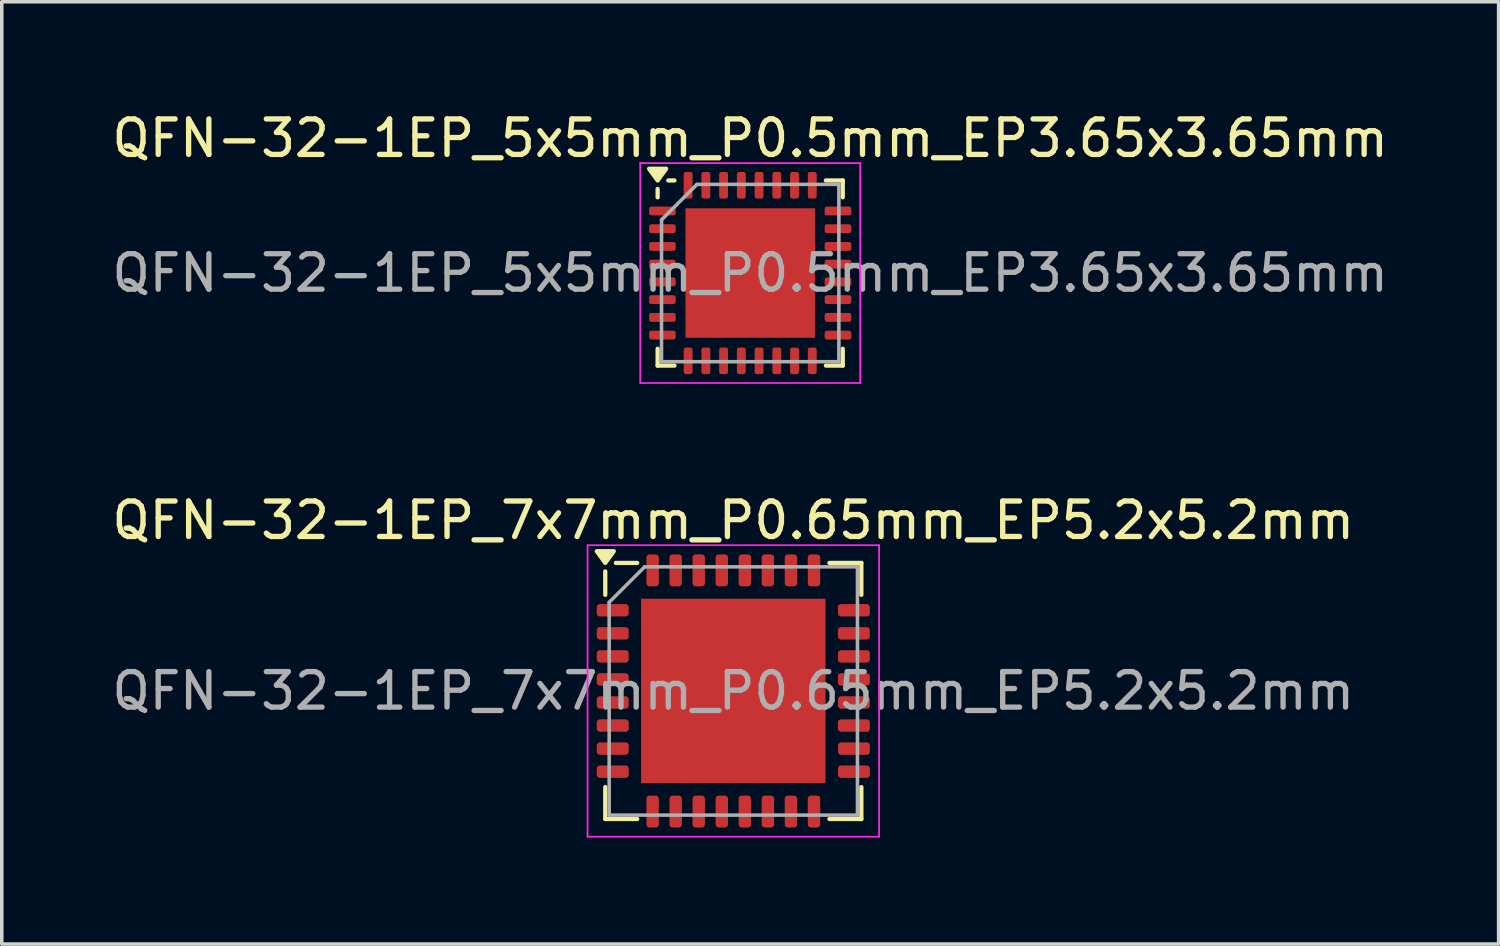
<source format=kicad_pcb>
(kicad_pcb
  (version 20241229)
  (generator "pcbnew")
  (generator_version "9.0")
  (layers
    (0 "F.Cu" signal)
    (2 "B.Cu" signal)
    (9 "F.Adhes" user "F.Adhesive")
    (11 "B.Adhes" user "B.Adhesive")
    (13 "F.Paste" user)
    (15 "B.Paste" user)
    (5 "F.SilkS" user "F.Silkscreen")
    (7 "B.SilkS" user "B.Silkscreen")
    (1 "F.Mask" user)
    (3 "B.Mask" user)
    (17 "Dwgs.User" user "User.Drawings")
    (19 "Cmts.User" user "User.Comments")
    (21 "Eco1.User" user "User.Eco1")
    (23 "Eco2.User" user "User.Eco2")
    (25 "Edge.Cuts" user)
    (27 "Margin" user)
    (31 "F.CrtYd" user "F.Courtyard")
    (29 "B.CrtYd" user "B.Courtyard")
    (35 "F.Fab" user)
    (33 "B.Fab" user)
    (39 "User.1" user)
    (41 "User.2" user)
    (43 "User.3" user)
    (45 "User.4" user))
  (footprint "QFN-32-1EP_7x7mm_P0.65mm_EP5.2x5.2mm"
    (layer "F.Cu")
    (at 17.625 16.431)
    (property "Reference" "QFN-32-1EP_7x7mm_P0.65mm_EP5.2x5.2mm" (at 0 -4.81 0) (layer "F.SilkS") (effects (font (size 1 1) (thickness 0.15))))
    (attr smd)
    (fp_line (start -3.61 -2.71) (end -3.61 -3.37) (stroke (width 0.12) (type solid)) (layer "F.SilkS"))
    (fp_line (start -3.61 3.61) (end -3.61 2.71) (stroke (width 0.12) (type solid)) (layer "F.SilkS"))
    (fp_line (start -2.71 -3.61) (end -3.31 -3.61) (stroke (width 0.12) (type solid)) (layer "F.SilkS"))
    (fp_line (start -2.71 3.61) (end -3.61 3.61) (stroke (width 0.12) (type solid)) (layer "F.SilkS"))
    (fp_line (start 2.71 -3.61) (end 3.61 -3.61) (stroke (width 0.12) (type solid)) (layer "F.SilkS"))
    (fp_line (start 2.71 3.61) (end 3.61 3.61) (stroke (width 0.12) (type solid)) (layer "F.SilkS"))
    (fp_line (start 3.61 -3.61) (end 3.61 -2.71) (stroke (width 0.12) (type solid)) (layer "F.SilkS"))
    (fp_line (start 3.61 3.61) (end 3.61 2.71) (stroke (width 0.12) (type solid)) (layer "F.SilkS"))
    (fp_poly (pts (xy -3.61 -3.61) (xy -3.85 -3.94) (xy -3.37 -3.94) (xy -3.61 -3.61)) (stroke (width 0.12) (type solid)) (fill yes) (layer "F.SilkS"))
    (fp_line (start -4.11 -4.11) (end -4.11 4.11) (stroke (width 0.05) (type solid)) (layer "F.CrtYd"))
    (fp_line (start -4.11 4.11) (end 4.11 4.11) (stroke (width 0.05) (type solid)) (layer "F.CrtYd"))
    (fp_line (start 4.11 -4.11) (end -4.11 -4.11) (stroke (width 0.05) (type solid)) (layer "F.CrtYd"))
    (fp_line (start 4.11 4.11) (end 4.11 -4.11) (stroke (width 0.05) (type solid)) (layer "F.CrtYd"))
    (fp_line (start -3.5 -2.5) (end -2.5 -3.5) (stroke (width 0.1) (type solid)) (layer "F.Fab"))
    (fp_line (start -3.5 3.5) (end -3.5 -2.5) (stroke (width 0.1) (type solid)) (layer "F.Fab"))
    (fp_line (start -2.5 -3.5) (end 3.5 -3.5) (stroke (width 0.1) (type solid)) (layer "F.Fab"))
    (fp_line (start 3.5 -3.5) (end 3.5 3.5) (stroke (width 0.1) (type solid)) (layer "F.Fab"))
    (fp_line (start 3.5 3.5) (end -3.5 3.5) (stroke (width 0.1) (type solid)) (layer "F.Fab"))
    (fp_text user "${REFERENCE}" (at 0 0 0) (layer "F.Fab") (effects (font (size 1 1) (thickness 0.15))))
    (pad "" smd roundrect (at -1.3 -1.3) (size 2.1 2.1) (layers "F.Paste") (roundrect_rratio 0.119))
    (pad "" smd roundrect (at -1.3 1.3) (size 2.1 2.1) (layers "F.Paste") (roundrect_rratio 0.119))
    (pad "" smd roundrect (at 1.3 -1.3) (size 2.1 2.1) (layers "F.Paste") (roundrect_rratio 0.119))
    (pad "" smd roundrect (at 1.3 1.3) (size 2.1 2.1) (layers "F.Paste") (roundrect_rratio 0.119))
    (pad "1" smd roundrect (at -3.4 -2.275) (size 0.9 0.35) (layers "F.Cu" "F.Mask" "F.Paste") (roundrect_rratio 0.25))
    (pad "2" smd roundrect (at -3.4 -1.625) (size 0.9 0.35) (layers "F.Cu" "F.Mask" "F.Paste") (roundrect_rratio 0.25))
    (pad "3" smd roundrect (at -3.4 -0.975) (size 0.9 0.35) (layers "F.Cu" "F.Mask" "F.Paste") (roundrect_rratio 0.25))
    (pad "4" smd roundrect (at -3.4 -0.325) (size 0.9 0.35) (layers "F.Cu" "F.Mask" "F.Paste") (roundrect_rratio 0.25))
    (pad "5" smd roundrect (at -3.4 0.325) (size 0.9 0.35) (layers "F.Cu" "F.Mask" "F.Paste") (roundrect_rratio 0.25))
    (pad "6" smd roundrect (at -3.4 0.975) (size 0.9 0.35) (layers "F.Cu" "F.Mask" "F.Paste") (roundrect_rratio 0.25))
    (pad "7" smd roundrect (at -3.4 1.625) (size 0.9 0.35) (layers "F.Cu" "F.Mask" "F.Paste") (roundrect_rratio 0.25))
    (pad "8" smd roundrect (at -3.4 2.275) (size 0.9 0.35) (layers "F.Cu" "F.Mask" "F.Paste") (roundrect_rratio 0.25))
    (pad "9" smd roundrect (at -2.275 3.4) (size 0.35 0.9) (layers "F.Cu" "F.Mask" "F.Paste") (roundrect_rratio 0.25))
    (pad "10" smd roundrect (at -1.625 3.4) (size 0.35 0.9) (layers "F.Cu" "F.Mask" "F.Paste") (roundrect_rratio 0.25))
    (pad "11" smd roundrect (at -0.975 3.4) (size 0.35 0.9) (layers "F.Cu" "F.Mask" "F.Paste") (roundrect_rratio 0.25))
    (pad "12" smd roundrect (at -0.325 3.4) (size 0.35 0.9) (layers "F.Cu" "F.Mask" "F.Paste") (roundrect_rratio 0.25))
    (pad "13" smd roundrect (at 0.325 3.4) (size 0.35 0.9) (layers "F.Cu" "F.Mask" "F.Paste") (roundrect_rratio 0.25))
    (pad "14" smd roundrect (at 0.975 3.4) (size 0.35 0.9) (layers "F.Cu" "F.Mask" "F.Paste") (roundrect_rratio 0.25))
    (pad "15" smd roundrect (at 1.625 3.4) (size 0.35 0.9) (layers "F.Cu" "F.Mask" "F.Paste") (roundrect_rratio 0.25))
    (pad "16" smd roundrect (at 2.275 3.4) (size 0.35 0.9) (layers "F.Cu" "F.Mask" "F.Paste") (roundrect_rratio 0.25))
    (pad "17" smd roundrect (at 3.4 2.275) (size 0.9 0.35) (layers "F.Cu" "F.Mask" "F.Paste") (roundrect_rratio 0.25))
    (pad "18" smd roundrect (at 3.4 1.625) (size 0.9 0.35) (layers "F.Cu" "F.Mask" "F.Paste") (roundrect_rratio 0.25))
    (pad "19" smd roundrect (at 3.4 0.975) (size 0.9 0.35) (layers "F.Cu" "F.Mask" "F.Paste") (roundrect_rratio 0.25))
    (pad "20" smd roundrect (at 3.4 0.325) (size 0.9 0.35) (layers "F.Cu" "F.Mask" "F.Paste") (roundrect_rratio 0.25))
    (pad "21" smd roundrect (at 3.4 -0.325) (size 0.9 0.35) (layers "F.Cu" "F.Mask" "F.Paste") (roundrect_rratio 0.25))
    (pad "22" smd roundrect (at 3.4 -0.975) (size 0.9 0.35) (layers "F.Cu" "F.Mask" "F.Paste") (roundrect_rratio 0.25))
    (pad "23" smd roundrect (at 3.4 -1.625) (size 0.9 0.35) (layers "F.Cu" "F.Mask" "F.Paste") (roundrect_rratio 0.25))
    (pad "24" smd roundrect (at 3.4 -2.275) (size 0.9 0.35) (layers "F.Cu" "F.Mask" "F.Paste") (roundrect_rratio 0.25))
    (pad "25" smd roundrect (at 2.275 -3.4) (size 0.35 0.9) (layers "F.Cu" "F.Mask" "F.Paste") (roundrect_rratio 0.25))
    (pad "26" smd roundrect (at 1.625 -3.4) (size 0.35 0.9) (layers "F.Cu" "F.Mask" "F.Paste") (roundrect_rratio 0.25))
    (pad "27" smd roundrect (at 0.975 -3.4) (size 0.35 0.9) (layers "F.Cu" "F.Mask" "F.Paste") (roundrect_rratio 0.25))
    (pad "28" smd roundrect (at 0.325 -3.4) (size 0.35 0.9) (layers "F.Cu" "F.Mask" "F.Paste") (roundrect_rratio 0.25))
    (pad "29" smd roundrect (at -0.325 -3.4) (size 0.35 0.9) (layers "F.Cu" "F.Mask" "F.Paste") (roundrect_rratio 0.25))
    (pad "30" smd roundrect (at -0.975 -3.4) (size 0.35 0.9) (layers "F.Cu" "F.Mask" "F.Paste") (roundrect_rratio 0.25))
    (pad "31" smd roundrect (at -1.625 -3.4) (size 0.35 0.9) (layers "F.Cu" "F.Mask" "F.Paste") (roundrect_rratio 0.25))
    (pad "32" smd roundrect (at -2.275 -3.4) (size 0.35 0.9) (layers "F.Cu" "F.Mask" "F.Paste") (roundrect_rratio 0.25))
    (pad "33" smd rect (at 0 0) (size 5.2 5.2) (property pad_prop_heatsink) (layers "F.Cu" "F.Mask")))
  (footprint "QFN-32-1EP_5x5mm_P0.5mm_EP3.65x3.65mm"
    (layer "F.Cu")
    (at 18.101 4.648)
    (property "Reference" "QFN-32-1EP_5x5mm_P0.5mm_EP3.65x3.65mm" (at 0 -3.8 0) (layer "F.SilkS") (effects (font (size 1 1) (thickness 0.15))))
    (attr smd)
    (fp_line (start -2.61 -2.135) (end -2.61 -2.37) (stroke (width 0.12) (type solid)) (layer "F.SilkS"))
    (fp_line (start -2.61 2.61) (end -2.61 2.135) (stroke (width 0.12) (type solid)) (layer "F.SilkS"))
    (fp_line (start -2.135 -2.61) (end -2.31 -2.61) (stroke (width 0.12) (type solid)) (layer "F.SilkS"))
    (fp_line (start -2.135 2.61) (end -2.61 2.61) (stroke (width 0.12) (type solid)) (layer "F.SilkS"))
    (fp_line (start 2.135 -2.61) (end 2.61 -2.61) (stroke (width 0.12) (type solid)) (layer "F.SilkS"))
    (fp_line (start 2.135 2.61) (end 2.61 2.61) (stroke (width 0.12) (type solid)) (layer "F.SilkS"))
    (fp_line (start 2.61 -2.61) (end 2.61 -2.135) (stroke (width 0.12) (type solid)) (layer "F.SilkS"))
    (fp_line (start 2.61 2.61) (end 2.61 2.135) (stroke (width 0.12) (type solid)) (layer "F.SilkS"))
    (fp_poly (pts (xy -2.61 -2.61) (xy -2.85 -2.94) (xy -2.37 -2.94) (xy -2.61 -2.61)) (stroke (width 0.12) (type solid)) (fill yes) (layer "F.SilkS"))
    (fp_line (start -3.1 -3.1) (end -3.1 3.1) (stroke (width 0.05) (type solid)) (layer "F.CrtYd"))
    (fp_line (start -3.1 3.1) (end 3.1 3.1) (stroke (width 0.05) (type solid)) (layer "F.CrtYd"))
    (fp_line (start 3.1 -3.1) (end -3.1 -3.1) (stroke (width 0.05) (type solid)) (layer "F.CrtYd"))
    (fp_line (start 3.1 3.1) (end 3.1 -3.1) (stroke (width 0.05) (type solid)) (layer "F.CrtYd"))
    (fp_line (start -2.5 -1.5) (end -1.5 -2.5) (stroke (width 0.1) (type solid)) (layer "F.Fab"))
    (fp_line (start -2.5 2.5) (end -2.5 -1.5) (stroke (width 0.1) (type solid)) (layer "F.Fab"))
    (fp_line (start -1.5 -2.5) (end 2.5 -2.5) (stroke (width 0.1) (type solid)) (layer "F.Fab"))
    (fp_line (start 2.5 -2.5) (end 2.5 2.5) (stroke (width 0.1) (type solid)) (layer "F.Fab"))
    (fp_line (start 2.5 2.5) (end -2.5 2.5) (stroke (width 0.1) (type solid)) (layer "F.Fab"))
    (fp_text user "${REFERENCE}" (at 0 0 0) (layer "F.Fab") (effects (font (size 1 1) (thickness 0.15))))
    (pad "" smd roundrect (at -1.22 -1.22) (size 0.98 0.98) (layers "F.Paste") (roundrect_rratio 0.25))
    (pad "" smd roundrect (at -1.22 0) (size 0.98 0.98) (layers "F.Paste") (roundrect_rratio 0.25))
    (pad "" smd roundrect (at -1.22 1.22) (size 0.98 0.98) (layers "F.Paste") (roundrect_rratio 0.25))
    (pad "" smd roundrect (at 0 -1.22) (size 0.98 0.98) (layers "F.Paste") (roundrect_rratio 0.25))
    (pad "" smd roundrect (at 0 0) (size 0.98 0.98) (layers "F.Paste") (roundrect_rratio 0.25))
    (pad "" smd roundrect (at 0 1.22) (size 0.98 0.98) (layers "F.Paste") (roundrect_rratio 0.25))
    (pad "" smd roundrect (at 1.22 -1.22) (size 0.98 0.98) (layers "F.Paste") (roundrect_rratio 0.25))
    (pad "" smd roundrect (at 1.22 0) (size 0.98 0.98) (layers "F.Paste") (roundrect_rratio 0.25))
    (pad "" smd roundrect (at 1.22 1.22) (size 0.98 0.98) (layers "F.Paste") (roundrect_rratio 0.25))
    (pad "1" smd roundrect (at -2.475 -1.75) (size 0.75 0.25) (layers "F.Cu" "F.Mask" "F.Paste") (roundrect_rratio 0.25))
    (pad "2" smd roundrect (at -2.475 -1.25) (size 0.75 0.25) (layers "F.Cu" "F.Mask" "F.Paste") (roundrect_rratio 0.25))
    (pad "3" smd roundrect (at -2.475 -0.75) (size 0.75 0.25) (layers "F.Cu" "F.Mask" "F.Paste") (roundrect_rratio 0.25))
    (pad "4" smd roundrect (at -2.475 -0.25) (size 0.75 0.25) (layers "F.Cu" "F.Mask" "F.Paste") (roundrect_rratio 0.25))
    (pad "5" smd roundrect (at -2.475 0.25) (size 0.75 0.25) (layers "F.Cu" "F.Mask" "F.Paste") (roundrect_rratio 0.25))
    (pad "6" smd roundrect (at -2.475 0.75) (size 0.75 0.25) (layers "F.Cu" "F.Mask" "F.Paste") (roundrect_rratio 0.25))
    (pad "7" smd roundrect (at -2.475 1.25) (size 0.75 0.25) (layers "F.Cu" "F.Mask" "F.Paste") (roundrect_rratio 0.25))
    (pad "8" smd roundrect (at -2.475 1.75) (size 0.75 0.25) (layers "F.Cu" "F.Mask" "F.Paste") (roundrect_rratio 0.25))
    (pad "9" smd roundrect (at -1.75 2.475) (size 0.25 0.75) (layers "F.Cu" "F.Mask" "F.Paste") (roundrect_rratio 0.25))
    (pad "10" smd roundrect (at -1.25 2.475) (size 0.25 0.75) (layers "F.Cu" "F.Mask" "F.Paste") (roundrect_rratio 0.25))
    (pad "11" smd roundrect (at -0.75 2.475) (size 0.25 0.75) (layers "F.Cu" "F.Mask" "F.Paste") (roundrect_rratio 0.25))
    (pad "12" smd roundrect (at -0.25 2.475) (size 0.25 0.75) (layers "F.Cu" "F.Mask" "F.Paste") (roundrect_rratio 0.25))
    (pad "13" smd roundrect (at 0.25 2.475) (size 0.25 0.75) (layers "F.Cu" "F.Mask" "F.Paste") (roundrect_rratio 0.25))
    (pad "14" smd roundrect (at 0.75 2.475) (size 0.25 0.75) (layers "F.Cu" "F.Mask" "F.Paste") (roundrect_rratio 0.25))
    (pad "15" smd roundrect (at 1.25 2.475) (size 0.25 0.75) (layers "F.Cu" "F.Mask" "F.Paste") (roundrect_rratio 0.25))
    (pad "16" smd roundrect (at 1.75 2.475) (size 0.25 0.75) (layers "F.Cu" "F.Mask" "F.Paste") (roundrect_rratio 0.25))
    (pad "17" smd roundrect (at 2.475 1.75) (size 0.75 0.25) (layers "F.Cu" "F.Mask" "F.Paste") (roundrect_rratio 0.25))
    (pad "18" smd roundrect (at 2.475 1.25) (size 0.75 0.25) (layers "F.Cu" "F.Mask" "F.Paste") (roundrect_rratio 0.25))
    (pad "19" smd roundrect (at 2.475 0.75) (size 0.75 0.25) (layers "F.Cu" "F.Mask" "F.Paste") (roundrect_rratio 0.25))
    (pad "20" smd roundrect (at 2.475 0.25) (size 0.75 0.25) (layers "F.Cu" "F.Mask" "F.Paste") (roundrect_rratio 0.25))
    (pad "21" smd roundrect (at 2.475 -0.25) (size 0.75 0.25) (layers "F.Cu" "F.Mask" "F.Paste") (roundrect_rratio 0.25))
    (pad "22" smd roundrect (at 2.475 -0.75) (size 0.75 0.25) (layers "F.Cu" "F.Mask" "F.Paste") (roundrect_rratio 0.25))
    (pad "23" smd roundrect (at 2.475 -1.25) (size 0.75 0.25) (layers "F.Cu" "F.Mask" "F.Paste") (roundrect_rratio 0.25))
    (pad "24" smd roundrect (at 2.475 -1.75) (size 0.75 0.25) (layers "F.Cu" "F.Mask" "F.Paste") (roundrect_rratio 0.25))
    (pad "25" smd roundrect (at 1.75 -2.475) (size 0.25 0.75) (layers "F.Cu" "F.Mask" "F.Paste") (roundrect_rratio 0.25))
    (pad "26" smd roundrect (at 1.25 -2.475) (size 0.25 0.75) (layers "F.Cu" "F.Mask" "F.Paste") (roundrect_rratio 0.25))
    (pad "27" smd roundrect (at 0.75 -2.475) (size 0.25 0.75) (layers "F.Cu" "F.Mask" "F.Paste") (roundrect_rratio 0.25))
    (pad "28" smd roundrect (at 0.25 -2.475) (size 0.25 0.75) (layers "F.Cu" "F.Mask" "F.Paste") (roundrect_rratio 0.25))
    (pad "29" smd roundrect (at -0.25 -2.475) (size 0.25 0.75) (layers "F.Cu" "F.Mask" "F.Paste") (roundrect_rratio 0.25))
    (pad "30" smd roundrect (at -0.75 -2.475) (size 0.25 0.75) (layers "F.Cu" "F.Mask" "F.Paste") (roundrect_rratio 0.25))
    (pad "31" smd roundrect (at -1.25 -2.475) (size 0.25 0.75) (layers "F.Cu" "F.Mask" "F.Paste") (roundrect_rratio 0.25))
    (pad "32" smd roundrect (at -1.75 -2.475) (size 0.25 0.75) (layers "F.Cu" "F.Mask" "F.Paste") (roundrect_rratio 0.25))
    (pad "33" smd rect (at 0 0) (size 3.65 3.65) (property pad_prop_heatsink) (layers "F.Cu" "F.Mask")))
  (gr_rect
    (start -3 -3)
    (end 39.202 23.567)
    (stroke (width 0.1) (type default))
    (fill no)
    (layer "Edge.Cuts")))
</source>
